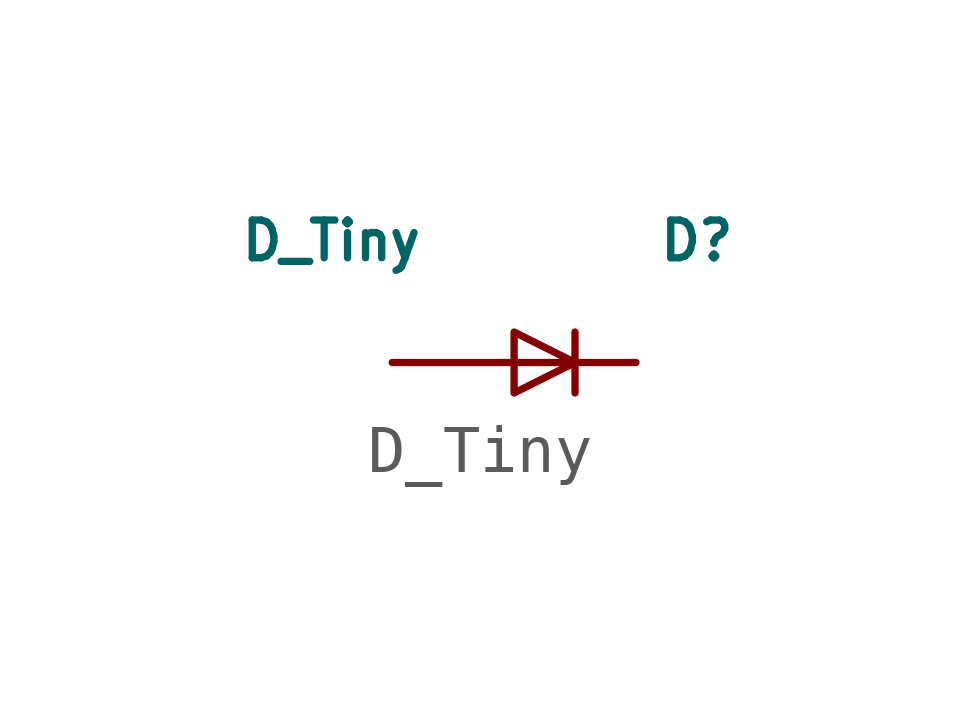
<source format=kicad_sym>
(kicad_symbol_lib
  (version 20200126)
  (host kicad_symbol_editor "(5.99.0-1933-g2401ed587)")
  (symbol "ck-parts:D_Tiny"
    (pin_numbers hide)
    (pin_names
      (offset 0.025) hide)
    (property "Reference" "D"
      (at 3.81 2.54 0)
      (effects (font (size 0.787 0.787))))
    (property "Value" "D_Tiny"
      (at -3.81 2.54 0)
      (effects (font (size 0.787 0.787))))
    (symbol "D_Tiny_1_1"
      (polyline (pts (xy 1.27 -0.635) (xy 1.27 0.635)) (stroke (width 0)) (fill (type none)))
      (polyline (pts (xy 1.27 0) (xy 0 0.635) (xy 0 -0.635) (xy 1.27 0)) (stroke (width 0)) (fill (type none)))
      (pin output line (at 2.54 0 180) (length 2.54) (name "~" (effects (font (size 1.27 1.27)))) (number "1" (effects (font (size 1.27 1.27)))))
      (pin input line (at -2.54 0 0) (length 2.54) (name "~" (effects (font (size 1.27 1.27)))) (number "2" (effects (font (size 1.27 1.27))))))))
</source>
